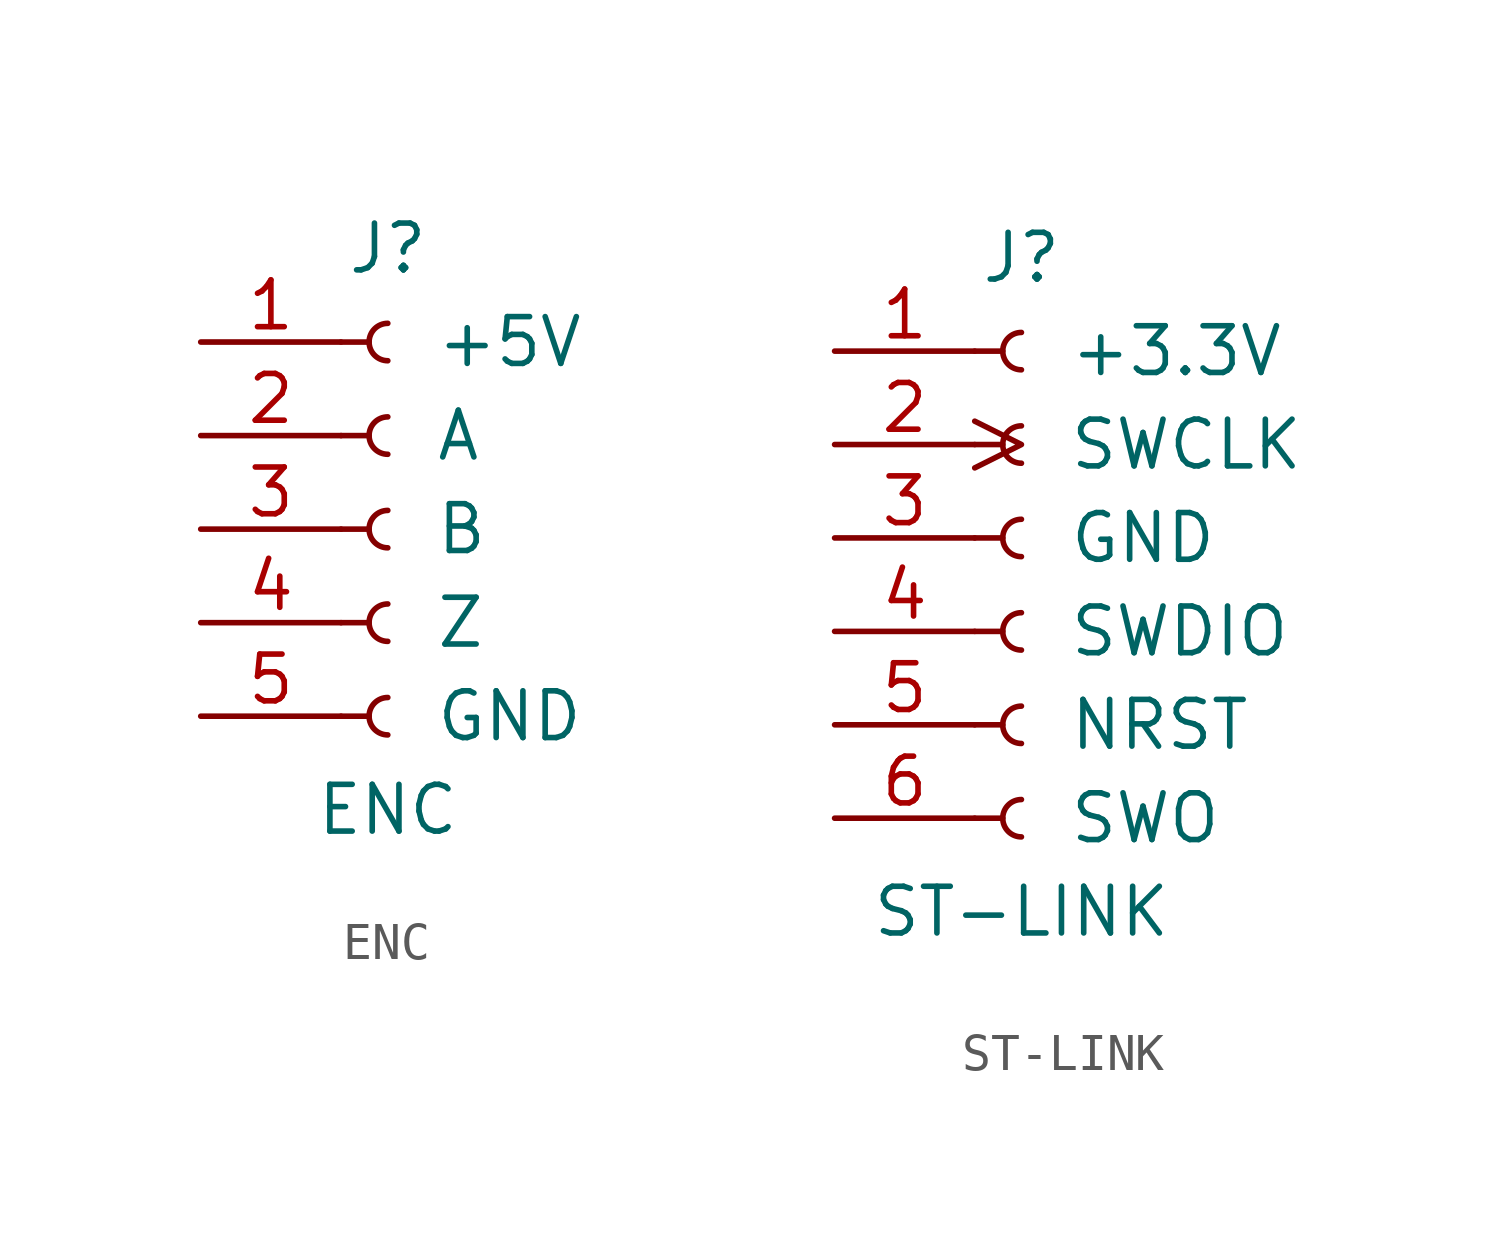
<source format=kicad_sym>
(kicad_symbol_lib
  (version 20241209)
  (generator "kicad_symbol_editor")
  (generator_version "9.0")
  (symbol "ENC"
    (pin_names
      (offset 2.54))
    (property "Reference" "J"
      (at 0 7.62 0)
      (effects (font (size 1.27 1.27))))
    (property "Value" "ENC"
      (at 0 -7.62 0)
      (effects (font (size 1.27 1.27))))
    (symbol "ENC_1_1"
      (polyline (pts (xy -1.27 5.08) (xy -0.508 5.08)) (stroke (width 0.152) (type default)) (fill (type none)))
      (polyline (pts (xy -1.27 2.54) (xy -0.508 2.54)) (stroke (width 0.152) (type default)) (fill (type none)))
      (polyline (pts (xy -1.27 0) (xy -0.508 0)) (stroke (width 0.152) (type default)) (fill (type none)))
      (polyline (pts (xy -1.27 -2.54) (xy -0.508 -2.54)) (stroke (width 0.152) (type default)) (fill (type none)))
      (polyline (pts (xy -1.27 -5.08) (xy -0.508 -5.08)) (stroke (width 0.152) (type default)) (fill (type none)))
      (arc (start 0 4.572) (mid -0.5058 5.08) (end 0 5.588) (stroke (width 0.1524) (type default)) (fill (type none)))
      (arc (start 0 2.032) (mid -0.5058 2.54) (end 0 3.048) (stroke (width 0.1524) (type default)) (fill (type none)))
      (arc (start 0 -0.508) (mid -0.5058 0) (end 0 0.508) (stroke (width 0.1524) (type default)) (fill (type none)))
      (arc (start 0 -3.048) (mid -0.5058 -2.54) (end 0 -2.032) (stroke (width 0.1524) (type default)) (fill (type none)))
      (arc (start 0 -5.588) (mid -0.5058 -5.08) (end 0 -4.572) (stroke (width 0.1524) (type default)) (fill (type none)))
      (pin power_in line (at -5.08 5.08 0) (length 3.81) (name "+5V" (effects (font (size 1.27 1.27)))) (number "1" (effects (font (size 1.27 1.27)))))
      (pin output line (at -5.08 2.54 0) (length 3.81) (name "A" (effects (font (size 1.27 1.27)))) (number "2" (effects (font (size 1.27 1.27)))))
      (pin output line (at -5.08 0 0) (length 3.81) (name "B" (effects (font (size 1.27 1.27)))) (number "3" (effects (font (size 1.27 1.27)))))
      (pin output line (at -5.08 -2.54 0) (length 3.81) (name "Z" (effects (font (size 1.27 1.27)))) (number "4" (effects (font (size 1.27 1.27)))))
      (pin power_in line (at -5.08 -5.08 0) (length 3.81) (name "GND" (effects (font (size 1.27 1.27)))) (number "5" (effects (font (size 1.27 1.27)))))))
  (symbol "ST-LINK"
    (pin_names
      (offset 2.54))
    (property "Reference" "J"
      (at 0 7.62 0)
      (effects (font (size 1.27 1.27))))
    (property "Value" "ST-LINK"
      (at 0 -10.16 0)
      (effects (font (size 1.27 1.27))))
    (symbol "ST-LINK_1_1"
      (polyline (pts (xy -1.27 5.08) (xy -0.508 5.08)) (stroke (width 0.152) (type default)) (fill (type none)))
      (polyline (pts (xy -1.27 2.54) (xy -0.508 2.54)) (stroke (width 0.152) (type default)) (fill (type none)))
      (polyline (pts (xy -1.27 0) (xy -0.508 0)) (stroke (width 0.152) (type default)) (fill (type none)))
      (polyline (pts (xy -1.27 -2.54) (xy -0.508 -2.54)) (stroke (width 0.152) (type default)) (fill (type none)))
      (polyline (pts (xy -1.27 -5.08) (xy -0.508 -5.08)) (stroke (width 0.152) (type default)) (fill (type none)))
      (polyline (pts (xy -1.27 -7.62) (xy -0.508 -7.62)) (stroke (width 0.152) (type default)) (fill (type none)))
      (arc (start 0 4.572) (mid -0.5058 5.08) (end 0 5.588) (stroke (width 0.1524) (type default)) (fill (type none)))
      (arc (start 0 2.032) (mid -0.5058 2.54) (end 0 3.048) (stroke (width 0.1524) (type default)) (fill (type none)))
      (arc (start 0 -0.508) (mid -0.5058 0) (end 0 0.508) (stroke (width 0.1524) (type default)) (fill (type none)))
      (arc (start 0 -3.048) (mid -0.5058 -2.54) (end 0 -2.032) (stroke (width 0.1524) (type default)) (fill (type none)))
      (arc (start 0 -5.588) (mid -0.5058 -5.08) (end 0 -4.572) (stroke (width 0.1524) (type default)) (fill (type none)))
      (arc (start 0 -8.128) (mid -0.5058 -7.62) (end 0 -7.112) (stroke (width 0.1524) (type default)) (fill (type none)))
      (pin power_out line (at -5.08 5.08 0) (length 3.81) (name "+3.3V" (effects (font (size 1.27 1.27)))) (number "1" (effects (font (size 1.27 1.27)))))
      (pin output clock (at -5.08 2.54 0) (length 3.81) (name "SWCLK" (effects (font (size 1.27 1.27)))) (number "2" (effects (font (size 1.27 1.27)))))
      (pin power_out line (at -5.08 0 0) (length 3.81) (name "GND" (effects (font (size 1.27 1.27)))) (number "3" (effects (font (size 1.27 1.27)))))
      (pin bidirectional line (at -5.08 -2.54 0) (length 3.81) (name "SWDIO" (effects (font (size 1.27 1.27)))) (number "4" (effects (font (size 1.27 1.27)))))
      (pin output line (at -5.08 -5.08 0) (length 3.81) (name "NRST" (effects (font (size 1.27 1.27)))) (number "5" (effects (font (size 1.27 1.27)))))
      (pin input line (at -5.08 -7.62 0) (length 3.81) (name "SWO" (effects (font (size 1.27 1.27)))) (number "6" (effects (font (size 1.27 1.27))))))))
</source>
